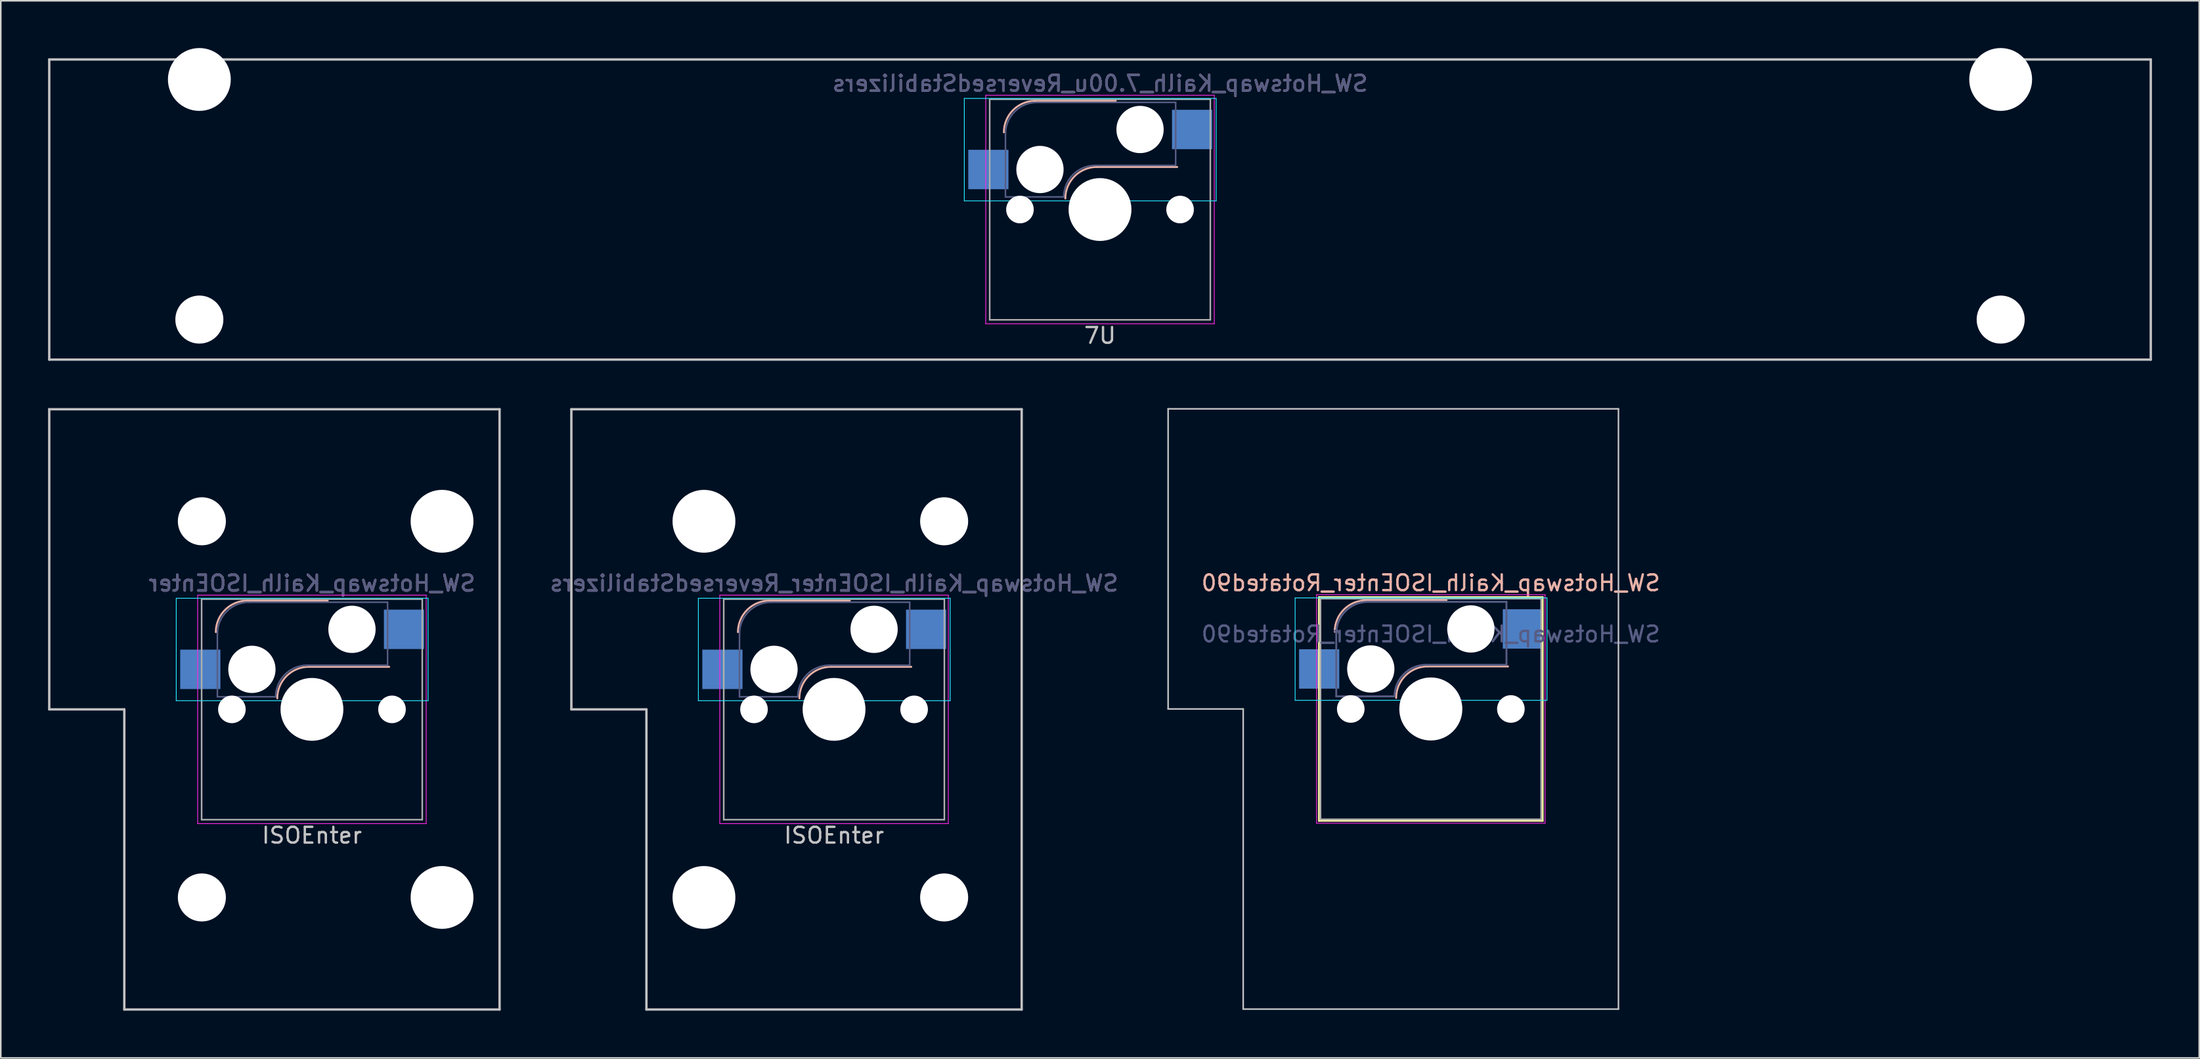
<source format=kicad_pcb>
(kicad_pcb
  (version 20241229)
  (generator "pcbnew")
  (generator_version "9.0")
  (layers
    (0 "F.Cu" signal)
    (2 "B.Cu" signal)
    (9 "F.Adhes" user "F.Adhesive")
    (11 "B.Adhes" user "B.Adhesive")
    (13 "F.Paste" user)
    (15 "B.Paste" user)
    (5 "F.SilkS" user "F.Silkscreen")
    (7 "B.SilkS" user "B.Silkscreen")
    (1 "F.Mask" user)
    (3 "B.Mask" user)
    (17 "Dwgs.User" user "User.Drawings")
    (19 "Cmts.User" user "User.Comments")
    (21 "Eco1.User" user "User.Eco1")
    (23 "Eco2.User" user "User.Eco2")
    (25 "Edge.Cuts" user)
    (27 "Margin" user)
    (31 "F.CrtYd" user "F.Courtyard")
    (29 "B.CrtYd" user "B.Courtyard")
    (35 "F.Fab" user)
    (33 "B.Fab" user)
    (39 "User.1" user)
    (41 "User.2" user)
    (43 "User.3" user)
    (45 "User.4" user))
  (footprint "SW_Hotswap_Kailh_ISOEnter"
    (layer "F.Cu")
    (at 16.744 41.974)
    (property "Reference" "SW_Hotswap_Kailh_ISOEnter" (at 0 -8 0) (layer "B.SilkS") (effects (font (size 1 1) (thickness 0.15)) (justify mirror)))
    (attr smd)
    (fp_line (start 1 -6.9) (end -4.1 -6.9) (stroke (width 0.12) (type solid)) (layer "B.SilkS"))
    (fp_line (start 4.9 -2.7) (end -0.2 -2.7) (stroke (width 0.12) (type solid)) (layer "B.SilkS"))
    (fp_arc (start -6.1 -4.9) (mid -5.514214 -6.314214) (end -4.1 -6.9) (stroke (width 0.12) (type solid)) (layer "B.SilkS"))
    (fp_arc (start -2.2 -0.7) (mid -1.614214 -2.114214) (end -0.2 -2.7) (stroke (width 0.12) (type solid)) (layer "B.SilkS"))
    (fp_line (start -16.669 -19.05) (end -16.669 0) (stroke (width 0.15) (type solid)) (layer "Dwgs.User"))
    (fp_line (start -16.669 -19.05) (end 11.906 -19.05) (stroke (width 0.15) (type solid)) (layer "Dwgs.User"))
    (fp_line (start -11.906 0) (end -16.669 0) (stroke (width 0.15) (type solid)) (layer "Dwgs.User"))
    (fp_line (start -11.906 19.05) (end -11.906 0) (stroke (width 0.15) (type solid)) (layer "Dwgs.User"))
    (fp_line (start -11.906 19.05) (end 11.906 19.05) (stroke (width 0.15) (type solid)) (layer "Dwgs.User"))
    (fp_line (start 11.906 -19.05) (end 11.906 19.05) (stroke (width 0.15) (type solid)) (layer "Dwgs.User"))
    (fp_line (start -8.61 -7.05) (end 7.37 -7.05) (stroke (width 0.05) (type solid)) (layer "B.CrtYd"))
    (fp_line (start -8.61 -0.55) (end -8.61 -7.05) (stroke (width 0.05) (type solid)) (layer "B.CrtYd"))
    (fp_line (start -8.61 -0.55) (end 7.37 -0.55) (stroke (width 0.05) (type solid)) (layer "B.CrtYd"))
    (fp_line (start 7.37 -7.05) (end 7.37 -0.55) (stroke (width 0.05) (type solid)) (layer "B.CrtYd"))
    (fp_line (start -7.25 -7.25) (end 7.25 -7.25) (stroke (width 0.05) (type solid)) (layer "F.CrtYd"))
    (fp_line (start -7.25 7.25) (end -7.25 -7.25) (stroke (width 0.05) (type solid)) (layer "F.CrtYd"))
    (fp_line (start 7.25 -7.25) (end 7.25 7.25) (stroke (width 0.05) (type solid)) (layer "F.CrtYd"))
    (fp_line (start 7.25 7.25) (end -7.25 7.25) (stroke (width 0.05) (type solid)) (layer "F.CrtYd"))
    (fp_line (start -6 -0.8) (end -6 -4.8) (stroke (width 0.1) (type solid)) (layer "B.Fab"))
    (fp_line (start -6 -0.8) (end -2.3 -0.8) (stroke (width 0.1) (type solid)) (layer "B.Fab"))
    (fp_line (start -4 -6.8) (end 4.8 -6.8) (stroke (width 0.1) (type solid)) (layer "B.Fab"))
    (fp_line (start -0.3 -2.8) (end 4.8 -2.8) (stroke (width 0.1) (type solid)) (layer "B.Fab"))
    (fp_line (start 4.8 -6.8) (end 4.8 -2.8) (stroke (width 0.1) (type solid)) (layer "B.Fab"))
    (fp_arc (start -6 -4.8) (mid -5.414214 -6.214214) (end -4 -6.8) (stroke (width 0.1) (type solid)) (layer "B.Fab"))
    (fp_arc (start -2.3 -0.8) (mid -1.714214 -2.214214) (end -0.3 -2.8) (stroke (width 0.1) (type solid)) (layer "B.Fab"))
    (fp_line (start -7 -7) (end 7 -7) (stroke (width 0.1) (type solid)) (layer "F.Fab"))
    (fp_line (start -7 7) (end -7 -7) (stroke (width 0.1) (type solid)) (layer "F.Fab"))
    (fp_line (start 7 -7) (end 7 7) (stroke (width 0.1) (type solid)) (layer "F.Fab"))
    (fp_line (start 7 7) (end -7 7) (stroke (width 0.1) (type solid)) (layer "F.Fab"))
    (fp_text user "ISOEnter" (at 0 8 0) (layer "Dwgs.User") (effects (font (size 1 1) (thickness 0.15))))
    (fp_text user "${REFERENCE}" (at 0 -8 0) (layer "B.Fab") (effects (font (size 1 1) (thickness 0.15)) (justify mirror)))
    (pad "" np_thru_hole circle (at -6.985 -11.938) (size 3.048 3.048) (drill 3.048) (layers "*.Cu" "*.Mask"))
    (pad "" np_thru_hole circle (at -6.985 11.938) (size 3.048 3.048) (drill 3.048) (layers "*.Cu" "*.Mask"))
    (pad "" np_thru_hole circle (at -5.08 0 48.1) (size 1.75 1.75) (drill 1.75) (layers "*.Cu" "*.Mask"))
    (pad "" np_thru_hole circle (at -3.81 -2.54) (size 3 3) (drill 3) (layers "*.Cu" "*.Mask"))
    (pad "" np_thru_hole circle (at 0 0) (size 3.988 3.988) (drill 3.988) (layers "*.Cu" "*.Mask"))
    (pad "" np_thru_hole circle (at 2.54 -5.08) (size 3 3) (drill 3) (layers "*.Cu" "*.Mask"))
    (pad "" np_thru_hole circle (at 5.08 0 48.1) (size 1.75 1.75) (drill 1.75) (layers "*.Cu" "*.Mask"))
    (pad "" np_thru_hole circle (at 8.255 -11.938) (size 3.988 3.988) (drill 3.988) (layers "*.Cu" "*.Mask"))
    (pad "" np_thru_hole circle (at 8.255 11.938) (size 3.988 3.988) (drill 3.988) (layers "*.Cu" "*.Mask"))
    (pad "1" smd rect (at -7.085 -2.54) (size 2.55 2.5) (layers "B.Cu" "B.Mask" "B.Paste"))
    (pad "2" smd rect (at 5.842 -5.08) (size 2.55 2.5) (layers "B.Cu" "B.Mask" "B.Paste")))
  (footprint "SW_Hotswap_Kailh_ISOEnter_ReversedStabilizers"
    (layer "F.Cu")
    (at 49.874 41.974)
    (property "Reference" "SW_Hotswap_Kailh_ISOEnter_ReversedStabilizers" (at 0 -8 0) (layer "B.SilkS") (effects (font (size 1 1) (thickness 0.15)) (justify mirror)))
    (attr smd)
    (fp_line (start 1 -6.9) (end -4.1 -6.9) (stroke (width 0.12) (type solid)) (layer "B.SilkS"))
    (fp_line (start 4.9 -2.7) (end -0.2 -2.7) (stroke (width 0.12) (type solid)) (layer "B.SilkS"))
    (fp_arc (start -6.1 -4.9) (mid -5.514214 -6.314214) (end -4.1 -6.9) (stroke (width 0.12) (type solid)) (layer "B.SilkS"))
    (fp_arc (start -2.2 -0.7) (mid -1.614214 -2.114214) (end -0.2 -2.7) (stroke (width 0.12) (type solid)) (layer "B.SilkS"))
    (fp_line (start -16.669 -19.05) (end -16.669 0) (stroke (width 0.15) (type solid)) (layer "Dwgs.User"))
    (fp_line (start -16.669 -19.05) (end 11.906 -19.05) (stroke (width 0.15) (type solid)) (layer "Dwgs.User"))
    (fp_line (start -11.906 0) (end -16.669 0) (stroke (width 0.15) (type solid)) (layer "Dwgs.User"))
    (fp_line (start -11.906 19.05) (end -11.906 0) (stroke (width 0.15) (type solid)) (layer "Dwgs.User"))
    (fp_line (start -11.906 19.05) (end 11.906 19.05) (stroke (width 0.15) (type solid)) (layer "Dwgs.User"))
    (fp_line (start 11.906 -19.05) (end 11.906 19.05) (stroke (width 0.15) (type solid)) (layer "Dwgs.User"))
    (fp_line (start -8.61 -7.05) (end 7.37 -7.05) (stroke (width 0.05) (type solid)) (layer "B.CrtYd"))
    (fp_line (start -8.61 -0.55) (end -8.61 -7.05) (stroke (width 0.05) (type solid)) (layer "B.CrtYd"))
    (fp_line (start -8.61 -0.55) (end 7.37 -0.55) (stroke (width 0.05) (type solid)) (layer "B.CrtYd"))
    (fp_line (start 7.37 -7.05) (end 7.37 -0.55) (stroke (width 0.05) (type solid)) (layer "B.CrtYd"))
    (fp_line (start -7.25 -7.25) (end 7.25 -7.25) (stroke (width 0.05) (type solid)) (layer "F.CrtYd"))
    (fp_line (start -7.25 7.25) (end -7.25 -7.25) (stroke (width 0.05) (type solid)) (layer "F.CrtYd"))
    (fp_line (start 7.25 -7.25) (end 7.25 7.25) (stroke (width 0.05) (type solid)) (layer "F.CrtYd"))
    (fp_line (start 7.25 7.25) (end -7.25 7.25) (stroke (width 0.05) (type solid)) (layer "F.CrtYd"))
    (fp_line (start -6 -0.8) (end -6 -4.8) (stroke (width 0.1) (type solid)) (layer "B.Fab"))
    (fp_line (start -6 -0.8) (end -2.3 -0.8) (stroke (width 0.1) (type solid)) (layer "B.Fab"))
    (fp_line (start -4 -6.8) (end 4.8 -6.8) (stroke (width 0.1) (type solid)) (layer "B.Fab"))
    (fp_line (start -0.3 -2.8) (end 4.8 -2.8) (stroke (width 0.1) (type solid)) (layer "B.Fab"))
    (fp_line (start 4.8 -6.8) (end 4.8 -2.8) (stroke (width 0.1) (type solid)) (layer "B.Fab"))
    (fp_arc (start -6 -4.8) (mid -5.414214 -6.214214) (end -4 -6.8) (stroke (width 0.1) (type solid)) (layer "B.Fab"))
    (fp_arc (start -2.3 -0.8) (mid -1.714214 -2.214214) (end -0.3 -2.8) (stroke (width 0.1) (type solid)) (layer "B.Fab"))
    (fp_line (start -7 -7) (end 7 -7) (stroke (width 0.1) (type solid)) (layer "F.Fab"))
    (fp_line (start -7 7) (end -7 -7) (stroke (width 0.1) (type solid)) (layer "F.Fab"))
    (fp_line (start 7 -7) (end 7 7) (stroke (width 0.1) (type solid)) (layer "F.Fab"))
    (fp_line (start 7 7) (end -7 7) (stroke (width 0.1) (type solid)) (layer "F.Fab"))
    (fp_text user "ISOEnter" (at 0 8 0) (layer "Dwgs.User") (effects (font (size 1 1) (thickness 0.15))))
    (fp_text user "${REFERENCE}" (at 0 -8 0) (layer "B.Fab") (effects (font (size 1 1) (thickness 0.15)) (justify mirror)))
    (pad "" np_thru_hole circle (at -8.255 -11.938) (size 3.988 3.988) (drill 3.988) (layers "*.Cu" "*.Mask"))
    (pad "" np_thru_hole circle (at -8.255 11.938) (size 3.988 3.988) (drill 3.988) (layers "*.Cu" "*.Mask"))
    (pad "" np_thru_hole circle (at -5.08 0 48.1) (size 1.75 1.75) (drill 1.75) (layers "*.Cu" "*.Mask"))
    (pad "" np_thru_hole circle (at -3.81 -2.54) (size 3 3) (drill 3) (layers "*.Cu" "*.Mask"))
    (pad "" np_thru_hole circle (at 0 0) (size 3.988 3.988) (drill 3.988) (layers "*.Cu" "*.Mask"))
    (pad "" np_thru_hole circle (at 2.54 -5.08) (size 3 3) (drill 3) (layers "*.Cu" "*.Mask"))
    (pad "" np_thru_hole circle (at 5.08 0 48.1) (size 1.75 1.75) (drill 1.75) (layers "*.Cu" "*.Mask"))
    (pad "" np_thru_hole circle (at 6.985 -11.938) (size 3.048 3.048) (drill 3.048) (layers "*.Cu" "*.Mask"))
    (pad "" np_thru_hole circle (at 6.985 11.938) (size 3.048 3.048) (drill 3.048) (layers "*.Cu" "*.Mask"))
    (pad "1" smd rect (at -7.085 -2.54) (size 2.55 2.5) (layers "B.Cu" "B.Mask" "B.Paste"))
    (pad "2" smd rect (at 5.842 -5.08) (size 2.55 2.5) (layers "B.Cu" "B.Mask" "B.Paste")))
  (footprint "SW_Hotswap_Kailh_7.00u_ReversedStabilizers"
    (layer "F.Cu")
    (at 66.75 10.249)
    (property "Reference" "SW_Hotswap_Kailh_7.00u_ReversedStabilizers" (at 0 -8 0) (layer "B.SilkS") (effects (font (size 1 1) (thickness 0.15)) (justify mirror)))
    (attr smd)
    (fp_line (start 1 -6.9) (end -4.1 -6.9) (stroke (width 0.12) (type solid)) (layer "B.SilkS"))
    (fp_line (start 4.9 -2.7) (end -0.2 -2.7) (stroke (width 0.12) (type solid)) (layer "B.SilkS"))
    (fp_arc (start -6.1 -4.9) (mid -5.514214 -6.314214) (end -4.1 -6.9) (stroke (width 0.12) (type solid)) (layer "B.SilkS"))
    (fp_arc (start -2.2 -0.7) (mid -1.614214 -2.114214) (end -0.2 -2.7) (stroke (width 0.12) (type solid)) (layer "B.SilkS"))
    (fp_line (start -66.675 -9.525) (end 66.675 -9.525) (stroke (width 0.15) (type solid)) (layer "Dwgs.User"))
    (fp_line (start -66.675 9.525) (end -66.675 -9.525) (stroke (width 0.15) (type solid)) (layer "Dwgs.User"))
    (fp_line (start 66.675 -9.525) (end 66.675 9.525) (stroke (width 0.15) (type solid)) (layer "Dwgs.User"))
    (fp_line (start 66.675 9.525) (end -66.675 9.525) (stroke (width 0.15) (type solid)) (layer "Dwgs.User"))
    (fp_line (start -8.61 -7.05) (end 7.37 -7.05) (stroke (width 0.05) (type solid)) (layer "B.CrtYd"))
    (fp_line (start -8.61 -0.55) (end -8.61 -7.05) (stroke (width 0.05) (type solid)) (layer "B.CrtYd"))
    (fp_line (start -8.61 -0.55) (end 7.37 -0.55) (stroke (width 0.05) (type solid)) (layer "B.CrtYd"))
    (fp_line (start 7.37 -7.05) (end 7.37 -0.55) (stroke (width 0.05) (type solid)) (layer "B.CrtYd"))
    (fp_line (start -7.25 -7.25) (end 7.25 -7.25) (stroke (width 0.05) (type solid)) (layer "F.CrtYd"))
    (fp_line (start -7.25 7.25) (end -7.25 -7.25) (stroke (width 0.05) (type solid)) (layer "F.CrtYd"))
    (fp_line (start 7.25 -7.25) (end 7.25 7.25) (stroke (width 0.05) (type solid)) (layer "F.CrtYd"))
    (fp_line (start 7.25 7.25) (end -7.25 7.25) (stroke (width 0.05) (type solid)) (layer "F.CrtYd"))
    (fp_line (start -6 -0.8) (end -6 -4.8) (stroke (width 0.1) (type solid)) (layer "B.Fab"))
    (fp_line (start -6 -0.8) (end -2.3 -0.8) (stroke (width 0.1) (type solid)) (layer "B.Fab"))
    (fp_line (start -4 -6.8) (end 4.8 -6.8) (stroke (width 0.1) (type solid)) (layer "B.Fab"))
    (fp_line (start -0.3 -2.8) (end 4.8 -2.8) (stroke (width 0.1) (type solid)) (layer "B.Fab"))
    (fp_line (start 4.8 -6.8) (end 4.8 -2.8) (stroke (width 0.1) (type solid)) (layer "B.Fab"))
    (fp_arc (start -6 -4.8) (mid -5.414214 -6.214214) (end -4 -6.8) (stroke (width 0.1) (type solid)) (layer "B.Fab"))
    (fp_arc (start -2.3 -0.8) (mid -1.714214 -2.214214) (end -0.3 -2.8) (stroke (width 0.1) (type solid)) (layer "B.Fab"))
    (fp_line (start -7 -7) (end 7 -7) (stroke (width 0.1) (type solid)) (layer "F.Fab"))
    (fp_line (start -7 7) (end -7 -7) (stroke (width 0.1) (type solid)) (layer "F.Fab"))
    (fp_line (start 7 -7) (end 7 7) (stroke (width 0.1) (type solid)) (layer "F.Fab"))
    (fp_line (start 7 7) (end -7 7) (stroke (width 0.1) (type solid)) (layer "F.Fab"))
    (fp_text user "7U" (at 0 8 0) (layer "Dwgs.User") (effects (font (size 1 1) (thickness 0.15))))
    (fp_text user "${REFERENCE}" (at 0 -8 0) (layer "B.Fab") (effects (font (size 1 1) (thickness 0.15)) (justify mirror)))
    (pad "" np_thru_hole circle (at -57.15 -8.255) (size 3.988 3.988) (drill 3.988) (layers "*.Cu" "*.Mask"))
    (pad "" np_thru_hole circle (at -57.15 6.985) (size 3.048 3.048) (drill 3.048) (layers "*.Cu" "*.Mask"))
    (pad "" np_thru_hole circle (at -5.08 0 48.1) (size 1.75 1.75) (drill 1.75) (layers "*.Cu" "*.Mask"))
    (pad "" np_thru_hole circle (at -3.81 -2.54) (size 3 3) (drill 3) (layers "*.Cu" "*.Mask"))
    (pad "" np_thru_hole circle (at 0 0) (size 3.988 3.988) (drill 3.988) (layers "*.Cu" "*.Mask"))
    (pad "" np_thru_hole circle (at 2.54 -5.08) (size 3 3) (drill 3) (layers "*.Cu" "*.Mask"))
    (pad "" np_thru_hole circle (at 5.08 0 48.1) (size 1.75 1.75) (drill 1.75) (layers "*.Cu" "*.Mask"))
    (pad "" np_thru_hole circle (at 57.15 -8.255) (size 3.988 3.988) (drill 3.988) (layers "*.Cu" "*.Mask"))
    (pad "" np_thru_hole circle (at 57.15 6.985) (size 3.048 3.048) (drill 3.048) (layers "*.Cu" "*.Mask"))
    (pad "1" smd rect (at -7.085 -2.54) (size 2.55 2.5) (layers "B.Cu" "B.Mask" "B.Paste"))
    (pad "2" smd rect (at 5.842 -5.08) (size 2.55 2.5) (layers "B.Cu" "B.Mask" "B.Paste")))
  (footprint "SW_Hotswap_Kailh_ISOEnter_Rotated90"
    (layer "F.Cu")
    (at 87.741 41.949)
    (property "Reference" "SW_Hotswap_Kailh_ISOEnter_Rotated90" (at 0 -8 0) (layer "B.SilkS") (effects (font (size 1 1) (thickness 0.15)) (justify mirror)))
    (attr smd)
    (fp_line (start -7.1 -7.1) (end -7.1 7.1) (stroke (width 0.12) (type solid)) (layer "F.SilkS"))
    (fp_line (start -7.1 7.1) (end 7.1 7.1) (stroke (width 0.12) (type solid)) (layer "F.SilkS"))
    (fp_line (start 7.1 -7.1) (end -7.1 -7.1) (stroke (width 0.12) (type solid)) (layer "F.SilkS"))
    (fp_line (start 7.1 7.1) (end 7.1 -7.1) (stroke (width 0.12) (type solid)) (layer "F.SilkS"))
    (fp_line (start -4.1 -6.9) (end 1 -6.9) (stroke (width 0.12) (type solid)) (layer "B.SilkS"))
    (fp_line (start -0.2 -2.7) (end 4.9 -2.7) (stroke (width 0.12) (type solid)) (layer "B.SilkS"))
    (fp_arc (start -6.1 -4.9) (mid -5.514214 -6.314214) (end -4.1 -6.9) (stroke (width 0.12) (type solid)) (layer "B.SilkS"))
    (fp_arc (start -2.2 -0.7) (mid -1.614214 -2.114214) (end -0.2 -2.7) (stroke (width 0.12) (type solid)) (layer "B.SilkS"))
    (fp_line (start -16.669 -19.05) (end -16.669 0) (stroke (width 0.1) (type solid)) (layer "Dwgs.User"))
    (fp_line (start -16.669 0) (end -11.906 0) (stroke (width 0.1) (type solid)) (layer "Dwgs.User"))
    (fp_line (start -11.906 0) (end -11.906 19.05) (stroke (width 0.1) (type solid)) (layer "Dwgs.User"))
    (fp_line (start -11.906 19.05) (end 11.906 19.05) (stroke (width 0.1) (type solid)) (layer "Dwgs.User"))
    (fp_line (start 11.906 -19.05) (end -16.669 -19.05) (stroke (width 0.1) (type solid)) (layer "Dwgs.User"))
    (fp_line (start 11.906 19.05) (end 11.906 -19.05) (stroke (width 0.1) (type solid)) (layer "Dwgs.User"))
    (fp_line (start -8.61 -7.05) (end -8.61 -0.55) (stroke (width 0.05) (type solid)) (layer "B.CrtYd"))
    (fp_line (start -8.61 -0.55) (end 7.37 -0.55) (stroke (width 0.05) (type solid)) (layer "B.CrtYd"))
    (fp_line (start 7.37 -7.05) (end -8.61 -7.05) (stroke (width 0.05) (type solid)) (layer "B.CrtYd"))
    (fp_line (start 7.37 -0.55) (end 7.37 -7.05) (stroke (width 0.05) (type solid)) (layer "B.CrtYd"))
    (fp_line (start -7.25 -7.25) (end -7.25 7.25) (stroke (width 0.05) (type solid)) (layer "F.CrtYd"))
    (fp_line (start -7.25 7.25) (end 7.25 7.25) (stroke (width 0.05) (type solid)) (layer "F.CrtYd"))
    (fp_line (start 7.25 -7.25) (end -7.25 -7.25) (stroke (width 0.05) (type solid)) (layer "F.CrtYd"))
    (fp_line (start 7.25 7.25) (end 7.25 -7.25) (stroke (width 0.05) (type solid)) (layer "F.CrtYd"))
    (fp_line (start -6 -0.8) (end -6 -4.8) (stroke (width 0.12) (type solid)) (layer "B.Fab"))
    (fp_line (start -6 -0.8) (end -2.3 -0.8) (stroke (width 0.12) (type solid)) (layer "B.Fab"))
    (fp_line (start -4 -6.8) (end 4.8 -6.8) (stroke (width 0.12) (type solid)) (layer "B.Fab"))
    (fp_line (start -0.3 -2.8) (end 4.8 -2.8) (stroke (width 0.12) (type solid)) (layer "B.Fab"))
    (fp_line (start 4.8 -6.8) (end 4.8 -2.8) (stroke (width 0.12) (type solid)) (layer "B.Fab"))
    (fp_arc (start -6 -4.8) (mid -5.414214 -6.214214) (end -4 -6.8) (stroke (width 0.12) (type solid)) (layer "B.Fab"))
    (fp_arc (start -2.3 -0.8) (mid -1.714214 -2.214214) (end -0.3 -2.8) (stroke (width 0.12) (type solid)) (layer "B.Fab"))
    (fp_line (start -7 -7) (end -7 7) (stroke (width 0.1) (type solid)) (layer "F.Fab"))
    (fp_line (start -7 7) (end 7 7) (stroke (width 0.1) (type solid)) (layer "F.Fab"))
    (fp_line (start 7 -7) (end -7 -7) (stroke (width 0.1) (type solid)) (layer "F.Fab"))
    (fp_line (start 7 7) (end 7 -7) (stroke (width 0.1) (type solid)) (layer "F.Fab"))
    (fp_text user "${REFERENCE}" (at 0 -4.75 0) (layer "B.Fab") (effects (font (size 1 1) (thickness 0.15)) (justify mirror)))
    (pad "" np_thru_hole circle (at -5.08 0) (size 1.75 1.75) (drill 1.75) (layers "*.Cu" "*.Mask"))
    (pad "" np_thru_hole circle (at -3.81 -2.54) (size 3 3) (drill 3) (layers "*.Cu" "*.Mask"))
    (pad "" np_thru_hole circle (at 0 0) (size 4 4) (drill 4) (layers "*.Cu" "*.Mask"))
    (pad "" np_thru_hole circle (at 2.54 -5.08) (size 3 3) (drill 3) (layers "*.Cu" "*.Mask"))
    (pad "" np_thru_hole circle (at 5.08 0) (size 1.75 1.75) (drill 1.75) (layers "*.Cu" "*.Mask"))
    (pad "1" smd rect (at -7.085 -2.54) (size 2.55 2.5) (layers "B.Cu" "B.Mask" "B.Paste"))
    (pad "2" smd rect (at 5.842 -5.08) (size 2.55 2.5) (layers "B.Cu" "B.Mask" "B.Paste")))
  (gr_rect
    (start -3 -3)
    (end 136.5 64.099)
    (stroke (width 0.1) (type default))
    (fill no)
    (layer "Edge.Cuts")))
</source>
